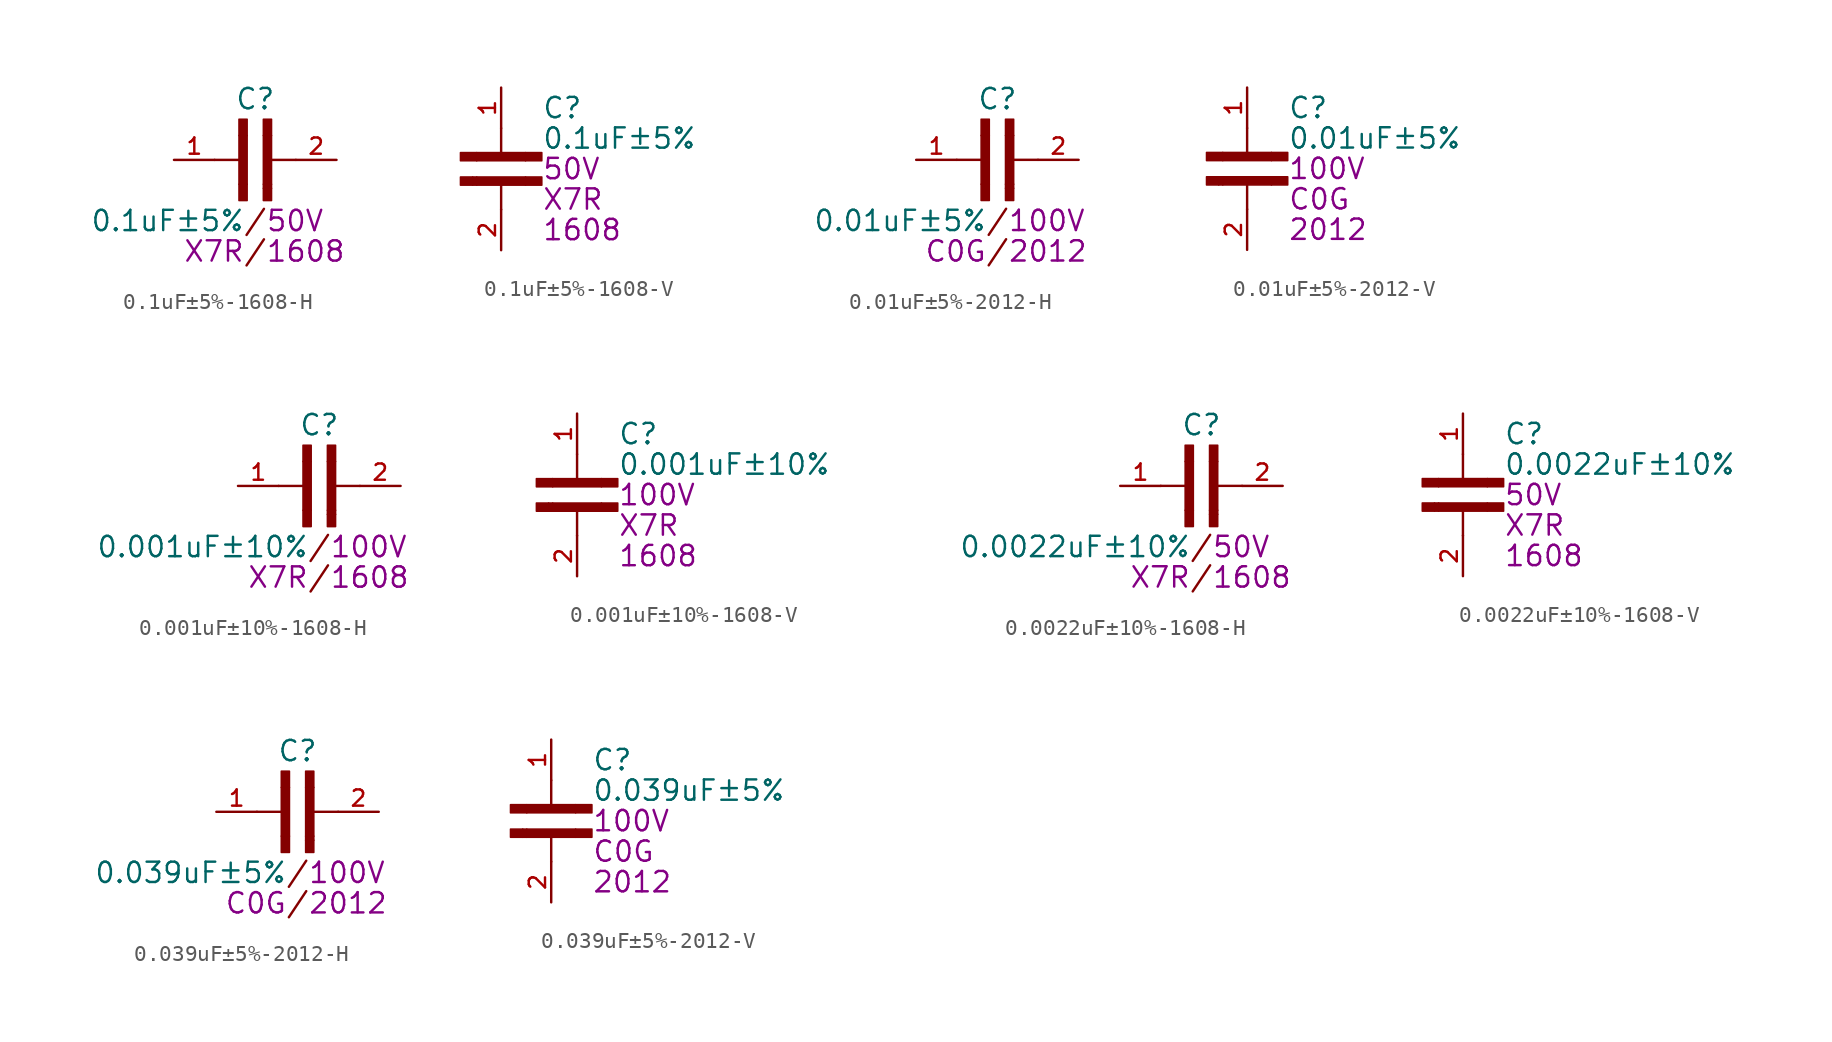
<source format=kicad_sym>
(kicad_symbol_lib
  (version 20231120)
  (generator "kicad_symbol_editor")
  (generator_version "8.0")
  (symbol "0.1uF±5%-1608-H"
    (pin_names
      (offset 1.016))
    (property "Reference" "C"
      (at 0 3.81 0)
      (effects (font (size 1.27 1.27))))
    (property "Value" "0.1uF±5%"
      (at -0.635 -3.81 0)
      (effects (font (size 1.27 1.27)) (justify right)))
    (property "VOLTAGE" "50V"
      (at 0.635 -3.81 0)
      (effects (font (size 1.27 1.27)) (justify left)))
    (property "TEMPERATURE" "X7R"
      (at -0.635 -5.715 0)
      (effects (font (size 1.27 1.27)) (justify right)))
    (property "SIZE" "1608"
      (at 0.635 -5.715 0)
      (effects (font (size 1.27 1.27)) (justify left)))
    (symbol "0.1uF±5%-1608-H_0_0"
      (rectangle (start -1.016 -2.54) (end -0.508 -1.524) (stroke (width 0.1) (type default)) (fill (type outline)))
      (rectangle (start -1.016 1.524) (end -0.508 -1.524) (stroke (width 0.1) (type default)) (fill (type outline)))
      (rectangle (start -1.016 1.524) (end -0.508 2.54) (stroke (width 0.1) (type default)) (fill (type outline)))
      (polyline (pts (xy -0.762 0) (xy -2.54 0)) (stroke (width 0.152) (type default)) (fill (type none)))
      (polyline (pts (xy 0.762 0) (xy 2.54 0)) (stroke (width 0.152) (type default)) (fill (type none)))
      (rectangle (start 0.508 -2.54) (end 1.016 -1.778) (stroke (width 0.1) (type default)) (fill (type outline)))
      (rectangle (start 0.508 -1.778) (end 1.016 -1.524) (stroke (width 0.1) (type default)) (fill (type outline)))
      (rectangle (start 0.508 -1.524) (end 1.016 1.524) (stroke (width 0.1) (type default)) (fill (type outline)))
      (rectangle (start 0.508 1.524) (end 1.016 2.54) (stroke (width 0.1) (type default)) (fill (type outline)))
      (text "/" (at 0 -5.715 0) (effects (font (size 1.27 1.27))))
      (text "/" (at 0 -3.81 0) (effects (font (size 1.27 1.27))))
      (pin passive line (at -5.08 0 0) (length 2.54) (name "~" (effects (font (size 1.016 1.016)))) (number "1" (effects (font (size 1.016 1.016)))))
      (pin passive line (at 5.08 0 180) (length 2.54) (name "~" (effects (font (size 1.016 1.016)))) (number "2" (effects (font (size 1.016 1.016)))))))
  (symbol "0.1uF±5%-1608-V"
    (pin_names
      (offset 1.016))
    (property "Reference" "C"
      (at 2.54 3.81 0)
      (effects (font (size 1.27 1.27)) (justify left)))
    (property "Value" "0.1uF±5%"
      (at 2.54 1.905 0)
      (effects (font (size 1.27 1.27)) (justify left)))
    (property "VOLTAGE" "50V"
      (at 2.54 0 0)
      (effects (font (size 1.27 1.27)) (justify left)))
    (property "TEMPERATURE" "X7R"
      (at 2.54 -1.905 0)
      (effects (font (size 1.27 1.27)) (justify left)))
    (property "SIZE" "1608"
      (at 2.54 -3.81 0)
      (effects (font (size 1.27 1.27)) (justify left)))
    (symbol "0.1uF±5%-1608-V_0_0"
      (rectangle (start -2.54 -1.016) (end -1.778 -0.508) (stroke (width 0.1) (type default)) (fill (type outline)))
      (rectangle (start -2.54 0.508) (end -1.524 1.016) (stroke (width 0.1) (type default)) (fill (type outline)))
      (rectangle (start -1.778 -1.016) (end -1.524 -0.508) (stroke (width 0.1) (type default)) (fill (type outline)))
      (rectangle (start -1.524 -1.016) (end 1.524 -0.508) (stroke (width 0.1) (type default)) (fill (type outline)))
      (rectangle (start -1.524 0.508) (end 1.524 1.016) (stroke (width 0.1) (type default)) (fill (type outline)))
      (polyline (pts (xy 0 -0.762) (xy 0 -2.54)) (stroke (width 0.152) (type default)) (fill (type none)))
      (polyline (pts (xy 0 0.762) (xy 0 2.54)) (stroke (width 0.152) (type default)) (fill (type none)))
      (rectangle (start 1.524 -1.016) (end 2.54 -0.508) (stroke (width 0.1) (type default)) (fill (type outline)))
      (rectangle (start 1.524 0.508) (end 2.54 1.016) (stroke (width 0.1) (type default)) (fill (type outline)))
      (pin passive line (at 0 5.08 270) (length 2.54) (name "~" (effects (font (size 1.016 1.016)))) (number "1" (effects (font (size 1.016 1.016)))))
      (pin passive line (at 0 -5.08 90) (length 2.54) (name "~" (effects (font (size 1.016 1.016)))) (number "2" (effects (font (size 1.016 1.016)))))))
  (symbol "0.01uF±5%-2012-H"
    (pin_names
      (offset 1.016))
    (property "Reference" "C"
      (at 0 3.81 0)
      (effects (font (size 1.27 1.27))))
    (property "Value" "0.01uF±5%"
      (at -0.635 -3.81 0)
      (effects (font (size 1.27 1.27)) (justify right)))
    (property "VOLTAGE" "100V"
      (at 0.635 -3.81 0)
      (effects (font (size 1.27 1.27)) (justify left)))
    (property "TEMPERATURE" "C0G"
      (at -0.635 -5.715 0)
      (effects (font (size 1.27 1.27)) (justify right)))
    (property "SIZE" "2012"
      (at 0.635 -5.715 0)
      (effects (font (size 1.27 1.27)) (justify left)))
    (symbol "0.01uF±5%-2012-H_0_0"
      (rectangle (start -1.016 -2.54) (end -0.508 -1.524) (stroke (width 0.1) (type default)) (fill (type outline)))
      (rectangle (start -1.016 1.524) (end -0.508 -1.524) (stroke (width 0.1) (type default)) (fill (type outline)))
      (rectangle (start -1.016 1.524) (end -0.508 2.54) (stroke (width 0.1) (type default)) (fill (type outline)))
      (polyline (pts (xy -0.762 0) (xy -2.54 0)) (stroke (width 0.152) (type default)) (fill (type none)))
      (polyline (pts (xy 0.762 0) (xy 2.54 0)) (stroke (width 0.152) (type default)) (fill (type none)))
      (rectangle (start 0.508 -2.54) (end 1.016 -1.778) (stroke (width 0.1) (type default)) (fill (type outline)))
      (rectangle (start 0.508 -1.778) (end 1.016 -1.524) (stroke (width 0.1) (type default)) (fill (type outline)))
      (rectangle (start 0.508 -1.524) (end 1.016 1.524) (stroke (width 0.1) (type default)) (fill (type outline)))
      (rectangle (start 0.508 1.524) (end 1.016 2.54) (stroke (width 0.1) (type default)) (fill (type outline)))
      (text "/" (at 0 -5.715 0) (effects (font (size 1.27 1.27))))
      (text "/" (at 0 -3.81 0) (effects (font (size 1.27 1.27))))
      (pin passive line (at -5.08 0 0) (length 2.54) (name "~" (effects (font (size 1.016 1.016)))) (number "1" (effects (font (size 1.016 1.016)))))
      (pin passive line (at 5.08 0 180) (length 2.54) (name "~" (effects (font (size 1.016 1.016)))) (number "2" (effects (font (size 1.016 1.016)))))))
  (symbol "0.01uF±5%-2012-V"
    (pin_names
      (offset 1.016))
    (property "Reference" "C"
      (at 2.54 3.81 0)
      (effects (font (size 1.27 1.27)) (justify left)))
    (property "Value" "0.01uF±5%"
      (at 2.54 1.905 0)
      (effects (font (size 1.27 1.27)) (justify left)))
    (property "VOLTAGE" "100V"
      (at 2.54 0 0)
      (effects (font (size 1.27 1.27)) (justify left)))
    (property "TEMPERATURE" "C0G"
      (at 2.54 -1.905 0)
      (effects (font (size 1.27 1.27)) (justify left)))
    (property "SIZE" "2012"
      (at 2.54 -3.81 0)
      (effects (font (size 1.27 1.27)) (justify left)))
    (symbol "0.01uF±5%-2012-V_0_0"
      (rectangle (start -2.54 -1.016) (end -1.778 -0.508) (stroke (width 0.1) (type default)) (fill (type outline)))
      (rectangle (start -2.54 0.508) (end -1.524 1.016) (stroke (width 0.1) (type default)) (fill (type outline)))
      (rectangle (start -1.778 -1.016) (end -1.524 -0.508) (stroke (width 0.1) (type default)) (fill (type outline)))
      (rectangle (start -1.524 -1.016) (end 1.524 -0.508) (stroke (width 0.1) (type default)) (fill (type outline)))
      (rectangle (start -1.524 0.508) (end 1.524 1.016) (stroke (width 0.1) (type default)) (fill (type outline)))
      (polyline (pts (xy 0 -0.762) (xy 0 -2.54)) (stroke (width 0.152) (type default)) (fill (type none)))
      (polyline (pts (xy 0 0.762) (xy 0 2.54)) (stroke (width 0.152) (type default)) (fill (type none)))
      (rectangle (start 1.524 -1.016) (end 2.54 -0.508) (stroke (width 0.1) (type default)) (fill (type outline)))
      (rectangle (start 1.524 0.508) (end 2.54 1.016) (stroke (width 0.1) (type default)) (fill (type outline)))
      (pin passive line (at 0 5.08 270) (length 2.54) (name "~" (effects (font (size 1.016 1.016)))) (number "1" (effects (font (size 1.016 1.016)))))
      (pin passive line (at 0 -5.08 90) (length 2.54) (name "~" (effects (font (size 1.016 1.016)))) (number "2" (effects (font (size 1.016 1.016)))))))
  (symbol "0.001uF±10%-1608-H"
    (pin_names
      (offset 1.016))
    (property "Reference" "C"
      (at 0 3.81 0)
      (effects (font (size 1.27 1.27))))
    (property "Value" "0.001uF±10%"
      (at -0.635 -3.81 0)
      (effects (font (size 1.27 1.27)) (justify right)))
    (property "VOLTAGE" "100V"
      (at 0.635 -3.81 0)
      (effects (font (size 1.27 1.27)) (justify left)))
    (property "TEMPERATURE" "X7R"
      (at -0.635 -5.715 0)
      (effects (font (size 1.27 1.27)) (justify right)))
    (property "SIZE" "1608"
      (at 0.635 -5.715 0)
      (effects (font (size 1.27 1.27)) (justify left)))
    (symbol "0.001uF±10%-1608-H_0_0"
      (rectangle (start -1.016 -2.54) (end -0.508 -1.524) (stroke (width 0.1) (type default)) (fill (type outline)))
      (rectangle (start -1.016 1.524) (end -0.508 -1.524) (stroke (width 0.1) (type default)) (fill (type outline)))
      (rectangle (start -1.016 1.524) (end -0.508 2.54) (stroke (width 0.1) (type default)) (fill (type outline)))
      (polyline (pts (xy -0.762 0) (xy -2.54 0)) (stroke (width 0.152) (type default)) (fill (type none)))
      (polyline (pts (xy 0.762 0) (xy 2.54 0)) (stroke (width 0.152) (type default)) (fill (type none)))
      (rectangle (start 0.508 -2.54) (end 1.016 -1.778) (stroke (width 0.1) (type default)) (fill (type outline)))
      (rectangle (start 0.508 -1.778) (end 1.016 -1.524) (stroke (width 0.1) (type default)) (fill (type outline)))
      (rectangle (start 0.508 -1.524) (end 1.016 1.524) (stroke (width 0.1) (type default)) (fill (type outline)))
      (rectangle (start 0.508 1.524) (end 1.016 2.54) (stroke (width 0.1) (type default)) (fill (type outline)))
      (text "/" (at 0 -5.715 0) (effects (font (size 1.27 1.27))))
      (text "/" (at 0 -3.81 0) (effects (font (size 1.27 1.27))))
      (pin passive line (at -5.08 0 0) (length 2.54) (name "~" (effects (font (size 1.016 1.016)))) (number "1" (effects (font (size 1.016 1.016)))))
      (pin passive line (at 5.08 0 180) (length 2.54) (name "~" (effects (font (size 1.016 1.016)))) (number "2" (effects (font (size 1.016 1.016)))))))
  (symbol "0.001uF±10%-1608-V"
    (pin_names
      (offset 1.016))
    (property "Reference" "C"
      (at 2.54 3.81 0)
      (effects (font (size 1.27 1.27)) (justify left)))
    (property "Value" "0.001uF±10%"
      (at 2.54 1.905 0)
      (effects (font (size 1.27 1.27)) (justify left)))
    (property "VOLTAGE" "100V"
      (at 2.54 0 0)
      (effects (font (size 1.27 1.27)) (justify left)))
    (property "TEMPERATURE" "X7R"
      (at 2.54 -1.905 0)
      (effects (font (size 1.27 1.27)) (justify left)))
    (property "SIZE" "1608"
      (at 2.54 -3.81 0)
      (effects (font (size 1.27 1.27)) (justify left)))
    (symbol "0.001uF±10%-1608-V_0_0"
      (rectangle (start -2.54 -1.016) (end -1.778 -0.508) (stroke (width 0.1) (type default)) (fill (type outline)))
      (rectangle (start -2.54 0.508) (end -1.524 1.016) (stroke (width 0.1) (type default)) (fill (type outline)))
      (rectangle (start -1.778 -1.016) (end -1.524 -0.508) (stroke (width 0.1) (type default)) (fill (type outline)))
      (rectangle (start -1.524 -1.016) (end 1.524 -0.508) (stroke (width 0.1) (type default)) (fill (type outline)))
      (rectangle (start -1.524 0.508) (end 1.524 1.016) (stroke (width 0.1) (type default)) (fill (type outline)))
      (polyline (pts (xy 0 -0.762) (xy 0 -2.54)) (stroke (width 0.152) (type default)) (fill (type none)))
      (polyline (pts (xy 0 0.762) (xy 0 2.54)) (stroke (width 0.152) (type default)) (fill (type none)))
      (rectangle (start 1.524 -1.016) (end 2.54 -0.508) (stroke (width 0.1) (type default)) (fill (type outline)))
      (rectangle (start 1.524 0.508) (end 2.54 1.016) (stroke (width 0.1) (type default)) (fill (type outline)))
      (pin passive line (at 0 5.08 270) (length 2.54) (name "~" (effects (font (size 1.016 1.016)))) (number "1" (effects (font (size 1.016 1.016)))))
      (pin passive line (at 0 -5.08 90) (length 2.54) (name "~" (effects (font (size 1.016 1.016)))) (number "2" (effects (font (size 1.016 1.016)))))))
  (symbol "0.0022uF±10%-1608-H"
    (pin_names
      (offset 1.016))
    (property "Reference" "C"
      (at 0 3.81 0)
      (effects (font (size 1.27 1.27))))
    (property "Value" "0.0022uF±10%"
      (at -0.635 -3.81 0)
      (effects (font (size 1.27 1.27)) (justify right)))
    (property "VOLTAGE" "50V"
      (at 0.635 -3.81 0)
      (effects (font (size 1.27 1.27)) (justify left)))
    (property "TEMPERATURE" "X7R"
      (at -0.635 -5.715 0)
      (effects (font (size 1.27 1.27)) (justify right)))
    (property "SIZE" "1608"
      (at 0.635 -5.715 0)
      (effects (font (size 1.27 1.27)) (justify left)))
    (symbol "0.0022uF±10%-1608-H_0_0"
      (rectangle (start -1.016 -2.54) (end -0.508 -1.524) (stroke (width 0.1) (type default)) (fill (type outline)))
      (rectangle (start -1.016 1.524) (end -0.508 -1.524) (stroke (width 0.1) (type default)) (fill (type outline)))
      (rectangle (start -1.016 1.524) (end -0.508 2.54) (stroke (width 0.1) (type default)) (fill (type outline)))
      (polyline (pts (xy -0.762 0) (xy -2.54 0)) (stroke (width 0.152) (type default)) (fill (type none)))
      (polyline (pts (xy 0.762 0) (xy 2.54 0)) (stroke (width 0.152) (type default)) (fill (type none)))
      (rectangle (start 0.508 -2.54) (end 1.016 -1.778) (stroke (width 0.1) (type default)) (fill (type outline)))
      (rectangle (start 0.508 -1.778) (end 1.016 -1.524) (stroke (width 0.1) (type default)) (fill (type outline)))
      (rectangle (start 0.508 -1.524) (end 1.016 1.524) (stroke (width 0.1) (type default)) (fill (type outline)))
      (rectangle (start 0.508 1.524) (end 1.016 2.54) (stroke (width 0.1) (type default)) (fill (type outline)))
      (text "/" (at 0 -5.715 0) (effects (font (size 1.27 1.27))))
      (text "/" (at 0 -3.81 0) (effects (font (size 1.27 1.27))))
      (pin passive line (at -5.08 0 0) (length 2.54) (name "~" (effects (font (size 1.016 1.016)))) (number "1" (effects (font (size 1.016 1.016)))))
      (pin passive line (at 5.08 0 180) (length 2.54) (name "~" (effects (font (size 1.016 1.016)))) (number "2" (effects (font (size 1.016 1.016)))))))
  (symbol "0.0022uF±10%-1608-V"
    (pin_names
      (offset 1.016))
    (property "Reference" "C"
      (at 2.54 3.81 0)
      (effects (font (size 1.27 1.27)) (justify left)))
    (property "Value" "0.0022uF±10%"
      (at 2.54 1.905 0)
      (effects (font (size 1.27 1.27)) (justify left)))
    (property "VOLTAGE" "50V"
      (at 2.54 0 0)
      (effects (font (size 1.27 1.27)) (justify left)))
    (property "TEMPERATURE" "X7R"
      (at 2.54 -1.905 0)
      (effects (font (size 1.27 1.27)) (justify left)))
    (property "SIZE" "1608"
      (at 2.54 -3.81 0)
      (effects (font (size 1.27 1.27)) (justify left)))
    (symbol "0.0022uF±10%-1608-V_0_0"
      (rectangle (start -2.54 -1.016) (end -1.778 -0.508) (stroke (width 0.1) (type default)) (fill (type outline)))
      (rectangle (start -2.54 0.508) (end -1.524 1.016) (stroke (width 0.1) (type default)) (fill (type outline)))
      (rectangle (start -1.778 -1.016) (end -1.524 -0.508) (stroke (width 0.1) (type default)) (fill (type outline)))
      (rectangle (start -1.524 -1.016) (end 1.524 -0.508) (stroke (width 0.1) (type default)) (fill (type outline)))
      (rectangle (start -1.524 0.508) (end 1.524 1.016) (stroke (width 0.1) (type default)) (fill (type outline)))
      (polyline (pts (xy 0 -0.762) (xy 0 -2.54)) (stroke (width 0.152) (type default)) (fill (type none)))
      (polyline (pts (xy 0 0.762) (xy 0 2.54)) (stroke (width 0.152) (type default)) (fill (type none)))
      (rectangle (start 1.524 -1.016) (end 2.54 -0.508) (stroke (width 0.1) (type default)) (fill (type outline)))
      (rectangle (start 1.524 0.508) (end 2.54 1.016) (stroke (width 0.1) (type default)) (fill (type outline)))
      (pin passive line (at 0 5.08 270) (length 2.54) (name "~" (effects (font (size 1.016 1.016)))) (number "1" (effects (font (size 1.016 1.016)))))
      (pin passive line (at 0 -5.08 90) (length 2.54) (name "~" (effects (font (size 1.016 1.016)))) (number "2" (effects (font (size 1.016 1.016)))))))
  (symbol "0.039uF±5%-2012-H"
    (pin_names
      (offset 1.016))
    (property "Reference" "C"
      (at 0 3.81 0)
      (effects (font (size 1.27 1.27))))
    (property "Value" "0.039uF±5%"
      (at -0.635 -3.81 0)
      (effects (font (size 1.27 1.27)) (justify right)))
    (property "VOLTAGE" "100V"
      (at 0.635 -3.81 0)
      (effects (font (size 1.27 1.27)) (justify left)))
    (property "TEMPERATURE" "C0G"
      (at -0.635 -5.715 0)
      (effects (font (size 1.27 1.27)) (justify right)))
    (property "SIZE" "2012"
      (at 0.635 -5.715 0)
      (effects (font (size 1.27 1.27)) (justify left)))
    (symbol "0.039uF±5%-2012-H_0_0"
      (rectangle (start -1.016 -2.54) (end -0.508 -1.524) (stroke (width 0.1) (type default)) (fill (type outline)))
      (rectangle (start -1.016 1.524) (end -0.508 -1.524) (stroke (width 0.1) (type default)) (fill (type outline)))
      (rectangle (start -1.016 1.524) (end -0.508 2.54) (stroke (width 0.1) (type default)) (fill (type outline)))
      (polyline (pts (xy -0.762 0) (xy -2.54 0)) (stroke (width 0.152) (type default)) (fill (type none)))
      (polyline (pts (xy 0.762 0) (xy 2.54 0)) (stroke (width 0.152) (type default)) (fill (type none)))
      (rectangle (start 0.508 -2.54) (end 1.016 -1.778) (stroke (width 0.1) (type default)) (fill (type outline)))
      (rectangle (start 0.508 -1.778) (end 1.016 -1.524) (stroke (width 0.1) (type default)) (fill (type outline)))
      (rectangle (start 0.508 -1.524) (end 1.016 1.524) (stroke (width 0.1) (type default)) (fill (type outline)))
      (rectangle (start 0.508 1.524) (end 1.016 2.54) (stroke (width 0.1) (type default)) (fill (type outline)))
      (text "/" (at 0 -5.715 0) (effects (font (size 1.27 1.27))))
      (text "/" (at 0 -3.81 0) (effects (font (size 1.27 1.27))))
      (pin passive line (at -5.08 0 0) (length 2.54) (name "~" (effects (font (size 1.016 1.016)))) (number "1" (effects (font (size 1.016 1.016)))))
      (pin passive line (at 5.08 0 180) (length 2.54) (name "~" (effects (font (size 1.016 1.016)))) (number "2" (effects (font (size 1.016 1.016)))))))
  (symbol "0.039uF±5%-2012-V"
    (pin_names
      (offset 1.016))
    (property "Reference" "C"
      (at 2.54 3.81 0)
      (effects (font (size 1.27 1.27)) (justify left)))
    (property "Value" "0.039uF±5%"
      (at 2.54 1.905 0)
      (effects (font (size 1.27 1.27)) (justify left)))
    (property "VOLTAGE" "100V"
      (at 2.54 0 0)
      (effects (font (size 1.27 1.27)) (justify left)))
    (property "TEMPERATURE" "C0G"
      (at 2.54 -1.905 0)
      (effects (font (size 1.27 1.27)) (justify left)))
    (property "SIZE" "2012"
      (at 2.54 -3.81 0)
      (effects (font (size 1.27 1.27)) (justify left)))
    (symbol "0.039uF±5%-2012-V_0_0"
      (rectangle (start -2.54 -1.016) (end -1.778 -0.508) (stroke (width 0.1) (type default)) (fill (type outline)))
      (rectangle (start -2.54 0.508) (end -1.524 1.016) (stroke (width 0.1) (type default)) (fill (type outline)))
      (rectangle (start -1.778 -1.016) (end -1.524 -0.508) (stroke (width 0.1) (type default)) (fill (type outline)))
      (rectangle (start -1.524 -1.016) (end 1.524 -0.508) (stroke (width 0.1) (type default)) (fill (type outline)))
      (rectangle (start -1.524 0.508) (end 1.524 1.016) (stroke (width 0.1) (type default)) (fill (type outline)))
      (polyline (pts (xy 0 -0.762) (xy 0 -2.54)) (stroke (width 0.152) (type default)) (fill (type none)))
      (polyline (pts (xy 0 0.762) (xy 0 2.54)) (stroke (width 0.152) (type default)) (fill (type none)))
      (rectangle (start 1.524 -1.016) (end 2.54 -0.508) (stroke (width 0.1) (type default)) (fill (type outline)))
      (rectangle (start 1.524 0.508) (end 2.54 1.016) (stroke (width 0.1) (type default)) (fill (type outline)))
      (pin passive line (at 0 5.08 270) (length 2.54) (name "~" (effects (font (size 1.016 1.016)))) (number "1" (effects (font (size 1.016 1.016)))))
      (pin passive line (at 0 -5.08 90) (length 2.54) (name "~" (effects (font (size 1.016 1.016)))) (number "2" (effects (font (size 1.016 1.016))))))))
</source>
